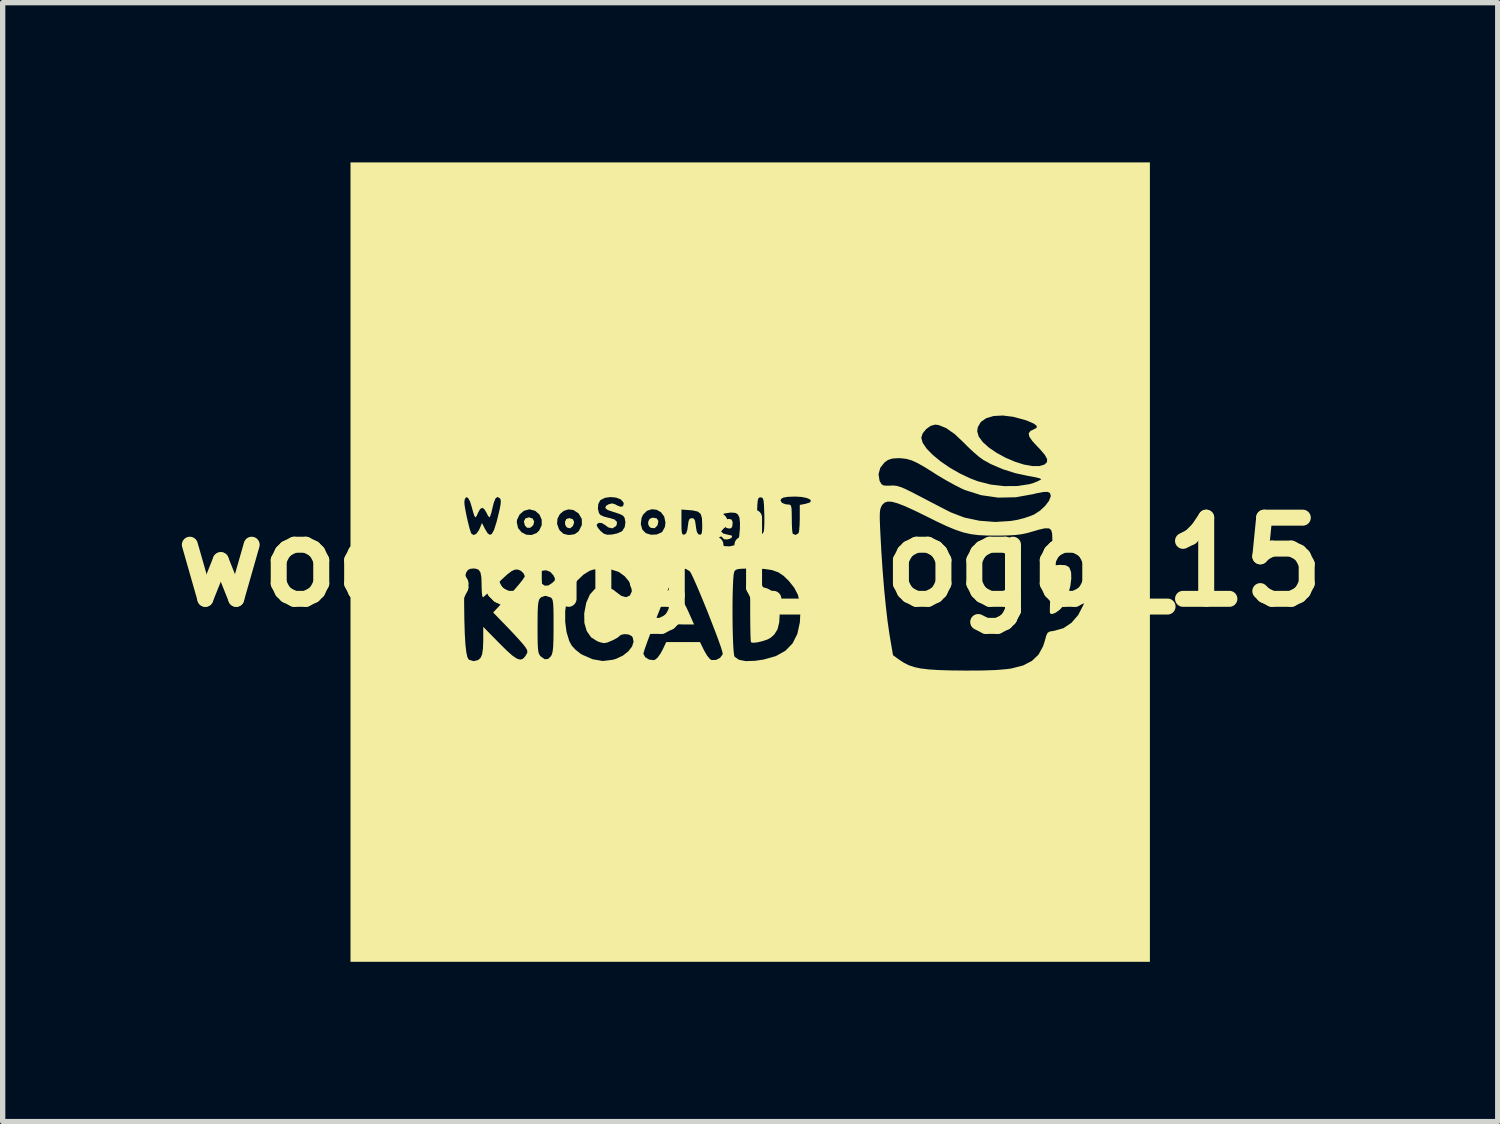
<source format=kicad_pcb>
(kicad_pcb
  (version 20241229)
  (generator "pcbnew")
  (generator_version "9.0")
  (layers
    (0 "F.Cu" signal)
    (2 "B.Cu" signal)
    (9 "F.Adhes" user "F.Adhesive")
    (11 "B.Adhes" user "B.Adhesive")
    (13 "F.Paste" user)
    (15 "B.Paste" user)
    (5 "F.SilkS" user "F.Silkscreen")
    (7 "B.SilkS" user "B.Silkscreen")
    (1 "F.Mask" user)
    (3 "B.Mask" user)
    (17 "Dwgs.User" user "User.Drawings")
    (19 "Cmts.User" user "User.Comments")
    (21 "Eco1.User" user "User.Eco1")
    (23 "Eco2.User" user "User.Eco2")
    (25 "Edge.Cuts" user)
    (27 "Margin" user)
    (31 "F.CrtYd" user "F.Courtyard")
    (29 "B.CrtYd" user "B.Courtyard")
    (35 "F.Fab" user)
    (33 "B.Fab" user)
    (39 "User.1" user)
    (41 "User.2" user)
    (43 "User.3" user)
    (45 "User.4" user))
  (footprint "woosongit_logo_15"
    (layer "F.Cu")
    (at 11.038 7.506)
    (property "Reference" "woosongit_logo_15" (at 0 0 0) (layer "F.SilkS") (effects (font (size 1.524 1.524) (thickness 0.3))))
    (attr board_only exclude_from_pos_files exclude_from_bom)
    (fp_poly (pts (xy -4.085 -0.818) (xy -4.056 -0.761) (xy -4.074 -0.694) (xy -4.13 -0.644) (xy -4.19 -0.645) (xy -4.231 -0.687) (xy -4.25 -0.765) (xy -4.221 -0.821) (xy -4.154 -0.841)) (stroke (width 0) (type solid)) (fill yes) (layer "F.SilkS"))
    (fp_poly (pts (xy -3.329 -0.804) (xy -3.305 -0.75) (xy -3.327 -0.682) (xy -3.334 -0.674) (xy -3.379 -0.635) (xy -3.426 -0.644) (xy -3.448 -0.657) (xy -3.475 -0.703) (xy -3.478 -0.754) (xy -3.453 -0.81) (xy -3.393 -0.826)) (stroke (width 0) (type solid)) (fill yes) (layer "F.SilkS"))
    (fp_poly (pts (xy -1.756 -0.822) (xy -1.724 -0.771) (xy -1.739 -0.695) (xy -1.743 -0.688) (xy -1.793 -0.637) (xy -1.861 -0.643) (xy -1.887 -0.657) (xy -1.914 -0.703) (xy -1.917 -0.754) (xy -1.888 -0.813) (xy -1.828 -0.835)) (stroke (width 0) (type solid)) (fill yes) (layer "F.SilkS"))
    (fp_poly (pts (xy -0.352 -0.801) (xy -0.332 -0.76) (xy -0.33 -0.721) (xy -0.341 -0.654) (xy -0.377 -0.631) (xy -0.385 -0.63) (xy -0.442 -0.64) (xy -0.46 -0.651) (xy -0.476 -0.693) (xy -0.48 -0.741) (xy -0.467 -0.794) (xy -0.415 -0.81) (xy -0.405 -0.811)) (stroke (width 0) (type solid)) (fill yes) (layer "F.SilkS"))
    (fp_poly (pts (xy -1.239 0.776) (xy -1.202 0.843) (xy -1.157 0.939) (xy -1.147 0.961) (xy -1.054 1.171) (xy -1.248 1.171) (xy -1.347 1.168) (xy -1.416 1.159) (xy -1.441 1.148) (xy -1.43 1.106) (xy -1.4 1.032) (xy -1.361 0.943) (xy -1.32 0.855) (xy -1.284 0.786) (xy -1.261 0.752) (xy -1.259 0.751)) (stroke (width 0) (type solid)) (fill yes) (layer "F.SilkS"))
    (fp_poly (pts (xy 0.202 0.462) (xy 0.31 0.491) (xy 0.331 0.499) (xy 0.432 0.556) (xy 0.5 0.638) (xy 0.539 0.755) (xy 0.554 0.916) (xy 0.555 0.961) (xy 0.545 1.133) (xy 0.513 1.262) (xy 0.453 1.359) (xy 0.385 1.42) (xy 0.319 1.455) (xy 0.229 1.485) (xy 0.135 1.507) (xy 0.057 1.515) (xy 0.015 1.506) (xy 0.01 1.473) (xy 0.006 1.389) (xy 0.003 1.266) (xy 0.001 1.112) (xy 0 0.971) (xy 0 0.45) (xy 0.104 0.45)) (stroke (width 0) (type solid)) (fill yes) (layer "F.SilkS"))
    (fp_poly (pts (xy 5.921 0.058) (xy 5.98 0.089) (xy 5.995 0.106) (xy 6.026 0.188) (xy 6.03 0.307) (xy 6.012 0.448) (xy 5.975 0.594) (xy 5.923 0.731) (xy 5.859 0.843) (xy 5.815 0.893) (xy 5.735 0.951) (xy 5.669 0.976) (xy 5.63 0.962) (xy 5.627 0.926) (xy 5.628 0.843) (xy 5.633 0.727) (xy 5.64 0.591) (xy 5.649 0.448) (xy 5.659 0.311) (xy 5.669 0.193) (xy 5.678 0.109) (xy 5.686 0.069) (xy 5.686 0.068) (xy 5.72 0.06) (xy 5.793 0.054) (xy 5.824 0.052)) (stroke (width 0) (type solid)) (fill yes) (layer "F.SilkS"))
    (fp_poly (pts (xy 7.506 7.506) (xy -7.506 7.506) (xy -7.506 0.76) (xy -5.372 0.76) (xy -5.372 0.765) (xy -5.368 1.083) (xy -5.36 1.342) (xy -5.348 1.545) (xy -5.331 1.693) (xy -5.31 1.788) (xy -5.284 1.832) (xy -5.284 1.832) (xy -5.193 1.86) (xy -5.107 1.838) (xy -5.061 1.795) (xy -5.034 1.731) (xy -5.019 1.627) (xy -5.013 1.474) (xy -5.013 1.472) (xy -5.013 1.216) (xy -4.71 1.524) (xy -4.571 1.662) (xy -4.464 1.757) (xy -4.382 1.812) (xy -4.319 1.831) (xy -4.269 1.816) (xy -4.226 1.771) (xy -4.216 1.756) (xy -4.185 1.7) (xy -4.188 1.654) (xy -4.22 1.599) (xy -4.261 1.547) (xy -4.335 1.462) (xy -4.43 1.358) (xy -4.538 1.244) (xy -4.55 1.231) (xy -4.563 1.218) (xy -3.993 1.218) (xy -3.993 1.403) (xy -3.99 1.537) (xy -3.985 1.63) (xy -3.976 1.692) (xy -3.962 1.733) (xy -3.943 1.761) (xy -3.933 1.771) (xy -3.858 1.824) (xy -3.793 1.818) (xy -3.74 1.765) (xy -3.722 1.728) (xy -3.709 1.671) (xy -3.7 1.585) (xy -3.695 1.461) (xy -3.693 1.29) (xy -3.693 1.195) (xy -3.693 1.121) (xy -3.474 1.121) (xy -3.449 1.314) (xy -3.398 1.481) (xy -3.352 1.567) (xy -3.283 1.643) (xy -3.19 1.717) (xy -3.154 1.739) (xy -2.956 1.825) (xy -2.768 1.857) (xy -2.58 1.834) (xy -2.517 1.815) (xy -2.389 1.755) (xy -2.352 1.725) (xy -2.005 1.725) (xy -1.97 1.787) (xy -1.899 1.83) (xy -1.816 1.841) (xy -1.79 1.835) (xy -1.741 1.796) (xy -1.685 1.718) (xy -1.651 1.657) (xy -1.576 1.501) (xy -1.26 1.501) (xy -0.943 1.501) (xy -0.864 1.662) (xy -0.808 1.758) (xy -0.754 1.822) (xy -0.725 1.839) (xy -0.642 1.837) (xy -0.566 1.798) (xy -0.52 1.736) (xy -0.516 1.721) (xy -0.525 1.677) (xy -0.553 1.587) (xy -0.598 1.46) (xy -0.656 1.305) (xy -0.723 1.132) (xy -0.771 1.009) (xy -0.332 1.009) (xy -0.33 1.201) (xy -0.326 1.38) (xy -0.32 1.538) (xy -0.312 1.664) (xy -0.302 1.747) (xy -0.293 1.777) (xy -0.212 1.834) (xy -0.084 1.859) (xy 0.093 1.853) (xy 0.256 1.829) (xy 0.482 1.765) (xy 0.661 1.665) (xy 0.795 1.527) (xy 0.885 1.35) (xy 0.933 1.13) (xy 0.942 0.946) (xy 0.931 0.76) (xy 0.895 0.612) (xy 0.827 0.481) (xy 0.727 0.355) (xy 0.629 0.259) (xy 0.529 0.192) (xy 0.411 0.15) (xy 0.264 0.128) (xy 0.072 0.121) (xy 0.054 0.121) (xy -0.091 0.122) (xy -0.187 0.126) (xy -0.246 0.135) (xy -0.279 0.152) (xy -0.299 0.178) (xy -0.299 0.178) (xy -0.31 0.228) (xy -0.319 0.327) (xy -0.325 0.465) (xy -0.33 0.631) (xy -0.332 0.816) (xy -0.332 1.009) (xy -0.771 1.009) (xy -0.794 0.949) (xy -0.868 0.767) (xy -0.94 0.593) (xy -1.006 0.438) (xy -1.063 0.31) (xy -1.107 0.218) (xy -1.134 0.173) (xy -1.209 0.127) (xy -1.298 0.125) (xy -1.376 0.166) (xy -1.396 0.19) (xy -1.426 0.248) (xy -1.472 0.348) (xy -1.531 0.483) (xy -1.598 0.643) (xy -1.669 0.818) (xy -1.742 1.001) (xy -1.813 1.181) (xy -1.878 1.35) (xy -1.933 1.498) (xy -1.975 1.616) (xy -2 1.695) (xy -2.005 1.725) (xy -2.352 1.725) (xy -2.288 1.675) (xy -2.219 1.585) (xy -2.19 1.495) (xy -2.207 1.414) (xy -2.228 1.387) (xy -2.285 1.359) (xy -2.36 1.352) (xy -2.426 1.366) (xy -2.449 1.384) (xy -2.487 1.416) (xy -2.56 1.457) (xy -2.604 1.477) (xy -2.689 1.512) (xy -2.75 1.521) (xy -2.816 1.506) (xy -2.869 1.487) (xy -2.988 1.412) (xy -3.07 1.294) (xy -3.114 1.142) (xy -3.117 0.961) (xy -3.078 0.76) (xy -3.077 0.758) (xy -3.011 0.609) (xy -2.92 0.507) (xy -2.811 0.457) (xy -2.692 0.461) (xy -2.568 0.521) (xy -2.526 0.555) (xy -2.418 0.635) (xy -2.331 0.659) (xy -2.261 0.628) (xy -2.258 0.624) (xy -2.223 0.551) (xy -2.232 0.458) (xy -2.279 0.359) (xy -2.358 0.264) (xy -2.461 0.189) (xy -2.479 0.18) (xy -2.623 0.135) (xy -2.788 0.121) (xy -2.946 0.14) (xy -3.013 0.162) (xy -3.131 0.235) (xy -3.249 0.348) (xy -3.35 0.485) (xy -3.393 0.563) (xy -3.447 0.728) (xy -3.474 0.919) (xy -3.474 1.121) (xy -3.693 1.121) (xy -3.693 1.01) (xy -3.695 0.875) (xy -3.7 0.783) (xy -3.708 0.724) (xy -3.721 0.689) (xy -3.739 0.669) (xy -3.751 0.662) (xy -3.845 0.632) (xy -3.923 0.658) (xy -3.946 0.678) (xy -3.964 0.705) (xy -3.977 0.752) (xy -3.986 0.826) (xy -3.991 0.938) (xy -3.993 1.095) (xy -3.993 1.218) (xy -4.563 1.218) (xy -4.827 0.946) (xy -4.53 0.63) (xy -4.424 0.514) (xy -4.335 0.41) (xy -4.27 0.327) (xy -4.237 0.275) (xy -3.99 0.275) (xy -3.972 0.344) (xy -3.933 0.39) (xy -3.862 0.441) (xy -3.793 0.44) (xy -3.719 0.392) (xy -3.672 0.347) (xy -3.667 0.307) (xy -3.694 0.25) (xy -3.755 0.183) (xy -3.834 0.153) (xy -3.911 0.163) (xy -3.954 0.198) (xy -3.99 0.275) (xy -4.237 0.275) (xy -4.236 0.273) (xy -4.233 0.263) (xy -4.257 0.21) (xy -4.304 0.165) (xy -4.359 0.14) (xy -4.415 0.14) (xy -4.482 0.17) (xy -4.567 0.235) (xy -4.678 0.338) (xy -4.758 0.418) (xy -4.855 0.514) (xy -4.938 0.593) (xy -4.996 0.644) (xy -5.021 0.661) (xy -5.032 0.633) (xy -5.04 0.56) (xy -5.044 0.455) (xy -5.044 0.426) (xy -5.048 0.286) (xy -5.065 0.195) (xy -5.099 0.144) (xy -5.155 0.123) (xy -5.198 0.12) (xy -5.257 0.126) (xy -5.301 0.148) (xy -5.333 0.194) (xy -5.354 0.271) (xy -5.366 0.386) (xy -5.371 0.547) (xy -5.372 0.76) (xy -7.506 0.76) (xy -7.506 -1.137) (xy -5.368 -1.137) (xy -5.365 -1.079) (xy -5.349 -0.981) (xy -5.325 -0.861) (xy -5.297 -0.738) (xy -5.269 -0.629) (xy -5.244 -0.553) (xy -5.235 -0.534) (xy -5.194 -0.508) (xy -5.143 -0.532) (xy -5.095 -0.599) (xy -5.084 -0.622) (xy -5.037 -0.734) (xy -4.979 -0.621) (xy -4.931 -0.542) (xy -4.889 -0.512) (xy -4.85 -0.531) (xy -4.811 -0.603) (xy -4.77 -0.731) (xy -4.765 -0.746) (xy -4.383 -0.746) (xy -4.359 -0.639) (xy -4.294 -0.561) (xy -4.205 -0.515) (xy -4.106 -0.509) (xy -4.011 -0.546) (xy -3.963 -0.593) (xy -3.915 -0.695) (xy -3.915 -0.719) (xy -3.627 -0.719) (xy -3.59 -0.617) (xy -3.571 -0.59) (xy -3.507 -0.532) (xy -3.423 -0.511) (xy -3.393 -0.51) (xy -3.298 -0.523) (xy -3.232 -0.569) (xy -3.215 -0.59) (xy -3.165 -0.69) (xy -2.882 -0.69) (xy -2.863 -0.649) (xy -2.815 -0.59) (xy -2.805 -0.58) (xy -2.746 -0.532) (xy -2.683 -0.514) (xy -2.594 -0.518) (xy -2.497 -0.539) (xy -2.418 -0.574) (xy -2.401 -0.587) (xy -2.357 -0.657) (xy -2.348 -0.713) (xy -2.055 -0.713) (xy -2.026 -0.612) (xy -1.961 -0.544) (xy -1.863 -0.514) (xy -1.755 -0.519) (xy -1.665 -0.558) (xy -1.651 -0.57) (xy -1.602 -0.66) (xy -1.591 -0.741) (xy -1.614 -0.854) (xy -1.674 -0.936) (xy -1.756 -0.983) (xy -1.794 -0.987) (xy -1.291 -0.987) (xy -1.291 -0.747) (xy -1.29 -0.627) (xy -1.284 -0.556) (xy -1.271 -0.522) (xy -1.248 -0.515) (xy -1.238 -0.516) (xy -1.203 -0.54) (xy -1.181 -0.605) (xy -1.171 -0.676) (xy -1.158 -0.767) (xy -1.138 -0.812) (xy -1.103 -0.825) (xy -1.096 -0.826) (xy -1.058 -0.816) (xy -1.036 -0.777) (xy -1.023 -0.694) (xy -1.021 -0.676) (xy -1.005 -0.578) (xy -0.979 -0.528) (xy -0.953 -0.516) (xy -0.925 -0.518) (xy -0.909 -0.546) (xy -0.902 -0.612) (xy -0.901 -0.7) (xy -0.902 -0.718) (xy -0.6 -0.718) (xy -0.576 -0.609) (xy -0.507 -0.537) (xy -0.401 -0.51) (xy -0.396 -0.51) (xy -0.345 -0.498) (xy -0.34 -0.47) (xy -0.375 -0.441) (xy -0.43 -0.426) (xy -0.489 -0.429) (xy -0.51 -0.448) (xy -0.535 -0.477) (xy -0.555 -0.48) (xy -0.591 -0.458) (xy -0.599 -0.406) (xy -0.577 -0.352) (xy -0.563 -0.337) (xy -0.484 -0.301) (xy -0.391 -0.295) (xy -0.302 -0.315) (xy -0.241 -0.36) (xy -0.228 -0.385) (xy -0.206 -0.493) (xy -0.194 -0.618) (xy -0.192 -0.713) (xy 0.124 -0.713) (xy 0.124 -0.613) (xy 0.129 -0.553) (xy 0.141 -0.522) (xy 0.161 -0.512) (xy 0.179 -0.51) (xy 0.236 -0.537) (xy 0.256 -0.578) (xy 0.262 -0.637) (xy 0.266 -0.739) (xy 0.266 -0.865) (xy 0.264 -0.931) (xy 0.259 -1.063) (xy 0.252 -1.147) (xy 0.25 -1.156) (xy 0.57 -1.156) (xy 0.598 -1.112) (xy 0.669 -1.085) (xy 0.723 -1.081) (xy 0.751 -1.076) (xy 0.768 -1.052) (xy 0.777 -1) (xy 0.78 -0.906) (xy 0.781 -0.816) (xy 0.783 -0.695) (xy 0.788 -0.598) (xy 0.797 -0.54) (xy 0.801 -0.53) (xy 0.854 -0.511) (xy 0.902 -0.539) (xy 0.913 -0.558) (xy 0.921 -0.61) (xy 0.928 -0.703) (xy 0.931 -0.818) (xy 2.433 -0.818) (xy 2.438 -0.679) (xy 2.443 -0.562) (xy 2.463 -0.198) (xy 2.487 0.16) (xy 2.515 0.502) (xy 2.546 0.818) (xy 2.578 1.097) (xy 2.611 1.328) (xy 2.616 1.362) (xy 2.682 1.748) (xy 2.799 1.833) (xy 2.886 1.89) (xy 2.977 1.936) (xy 3.08 1.971) (xy 3.202 1.997) (xy 3.353 2.015) (xy 3.54 2.027) (xy 3.77 2.034) (xy 4.053 2.037) (xy 4.053 2.037) (xy 4.369 2.035) (xy 4.625 2.026) (xy 4.823 2.009) (xy 4.907 1.997) (xy 5.124 1.941) (xy 5.291 1.855) (xy 5.415 1.736) (xy 5.501 1.579) (xy 5.535 1.471) (xy 5.56 1.378) (xy 5.586 1.327) (xy 5.626 1.303) (xy 5.697 1.292) (xy 5.708 1.29) (xy 5.882 1.241) (xy 6.033 1.14) (xy 6.159 0.994) (xy 6.256 0.807) (xy 6.319 0.586) (xy 6.346 0.336) (xy 6.346 0.315) (xy 6.346 0.178) (xy 6.339 0.083) (xy 6.322 0.013) (xy 6.291 -0.049) (xy 6.282 -0.064) (xy 6.181 -0.177) (xy 6.043 -0.245) (xy 5.865 -0.27) (xy 5.843 -0.27) (xy 5.674 -0.27) (xy 5.674 -0.432) (xy 5.67 -0.537) (xy 5.651 -0.604) (xy 5.609 -0.635) (xy 5.533 -0.635) (xy 5.416 -0.608) (xy 5.325 -0.581) (xy 5.206 -0.547) (xy 5.1 -0.524) (xy 4.991 -0.51) (xy 4.861 -0.502) (xy 4.693 -0.498) (xy 4.639 -0.498) (xy 4.447 -0.499) (xy 4.285 -0.507) (xy 4.14 -0.526) (xy 4 -0.558) (xy 3.852 -0.608) (xy 3.686 -0.677) (xy 3.489 -0.77) (xy 3.311 -0.859) (xy 3.086 -0.969) (xy 2.907 -1.05) (xy 2.768 -1.104) (xy 2.662 -1.133) (xy 2.583 -1.137) (xy 2.525 -1.118) (xy 2.483 -1.079) (xy 2.475 -1.068) (xy 2.455 -1.029) (xy 2.441 -0.982) (xy 2.434 -0.916) (xy 2.433 -0.818) (xy 0.931 -0.818) (xy 0.931 -0.819) (xy 0.931 -0.84) (xy 0.931 -1.074) (xy 1.036 -1.094) (xy 1.116 -1.118) (xy 1.142 -1.148) (xy 1.122 -1.178) (xy 1.06 -1.205) (xy 0.964 -1.224) (xy 0.845 -1.231) (xy 0.707 -1.226) (xy 0.62 -1.211) (xy 0.578 -1.183) (xy 0.57 -1.156) (xy 0.25 -1.156) (xy 0.24 -1.193) (xy 0.221 -1.212) (xy 0.195 -1.216) (xy 0.169 -1.212) (xy 0.152 -1.194) (xy 0.141 -1.151) (xy 0.134 -1.073) (xy 0.129 -0.951) (xy 0.127 -0.863) (xy 0.124 -0.713) (xy -0.192 -0.713) (xy -0.192 -0.738) (xy -0.201 -0.829) (xy -0.207 -0.848) (xy -0.236 -0.902) (xy -0.281 -0.925) (xy -0.365 -0.931) (xy -0.365 -0.931) (xy -0.487 -0.913) (xy -0.564 -0.858) (xy -0.598 -0.762) (xy -0.6 -0.718) (xy -0.902 -0.718) (xy -0.906 -0.826) (xy -0.93 -0.905) (xy -0.983 -0.949) (xy -1.075 -0.97) (xy -1.139 -0.976) (xy -1.291 -0.987) (xy -1.794 -0.987) (xy -1.849 -0.993) (xy -1.938 -0.964) (xy -2.011 -0.892) (xy -2.04 -0.83) (xy -2.055 -0.713) (xy -2.348 -0.713) (xy -2.343 -0.747) (xy -2.358 -0.831) (xy -2.386 -0.87) (xy -2.44 -0.899) (xy -2.528 -0.93) (xy -2.572 -0.943) (xy -2.675 -0.978) (xy -2.721 -1.016) (xy -2.708 -1.056) (xy -2.661 -1.085) (xy -2.593 -1.103) (xy -2.53 -1.083) (xy -2.505 -1.067) (xy -2.434 -1.039) (xy -2.387 -1.052) (xy -2.375 -1.1) (xy -2.382 -1.124) (xy -2.432 -1.179) (xy -2.519 -1.212) (xy -2.624 -1.222) (xy -2.727 -1.207) (xy -2.808 -1.167) (xy -2.818 -1.158) (xy -2.853 -1.09) (xy -2.86 -1.001) (xy -2.84 -0.921) (xy -2.812 -0.885) (xy -2.75 -0.856) (xy -2.661 -0.832) (xy -2.64 -0.829) (xy -2.545 -0.799) (xy -2.5 -0.752) (xy -2.51 -0.693) (xy -2.522 -0.675) (xy -2.587 -0.634) (xy -2.664 -0.651) (xy -2.721 -0.694) (xy -2.785 -0.733) (xy -2.844 -0.738) (xy -2.879 -0.709) (xy -2.882 -0.69) (xy -3.165 -0.69) (xy -3.161 -0.699) (xy -3.162 -0.81) (xy -3.22 -0.91) (xy -3.226 -0.917) (xy -3.32 -0.979) (xy -3.416 -0.99) (xy -3.504 -0.961) (xy -3.575 -0.9) (xy -3.619 -0.816) (xy -3.627 -0.719) (xy -3.915 -0.719) (xy -3.916 -0.8) (xy -3.959 -0.895) (xy -4.037 -0.963) (xy -4.143 -0.991) (xy -4.148 -0.991) (xy -4.249 -0.964) (xy -4.331 -0.893) (xy -4.378 -0.795) (xy -4.383 -0.746) (xy -4.765 -0.746) (xy -4.741 -0.841) (xy -4.706 -0.987) (xy -4.687 -1.087) (xy -4.683 -1.15) (xy -4.693 -1.187) (xy -4.7 -1.197) (xy -4.744 -1.224) (xy -4.781 -1.199) (xy -4.814 -1.12) (xy -4.839 -1.02) (xy -4.861 -0.926) (xy -4.883 -0.861) (xy -4.896 -0.841) (xy -4.92 -0.865) (xy -4.952 -0.925) (xy -4.954 -0.931) (xy -4.992 -0.993) (xy -5.032 -1.021) (xy -5.034 -1.021) (xy -5.073 -0.995) (xy -5.107 -0.934) (xy -5.109 -0.931) (xy -5.136 -0.868) (xy -5.161 -0.841) (xy -5.162 -0.841) (xy -5.179 -0.867) (xy -5.203 -0.938) (xy -5.227 -1.028) (xy -5.26 -1.136) (xy -5.296 -1.202) (xy -5.331 -1.221) (xy -5.357 -1.189) (xy -5.368 -1.137) (xy -7.506 -1.137) (xy -7.506 -1.651) (xy 2.41 -1.651) (xy 2.429 -1.53) (xy 2.437 -1.513) (xy 2.466 -1.463) (xy 2.504 -1.44) (xy 2.57 -1.435) (xy 2.631 -1.437) (xy 2.695 -1.438) (xy 2.755 -1.431) (xy 2.822 -1.411) (xy 2.908 -1.376) (xy 3.022 -1.32) (xy 3.177 -1.24) (xy 3.202 -1.227) (xy 3.359 -1.145) (xy 3.511 -1.066) (xy 3.642 -0.998) (xy 3.741 -0.948) (xy 3.768 -0.934) (xy 4.021 -0.837) (xy 4.305 -0.777) (xy 4.602 -0.754) (xy 4.895 -0.773) (xy 5.018 -0.794) (xy 5.143 -0.826) (xy 5.263 -0.866) (xy 5.336 -0.897) (xy 5.443 -0.967) (xy 5.539 -1.056) (xy 5.61 -1.149) (xy 5.643 -1.233) (xy 5.644 -1.247) (xy 5.631 -1.296) (xy 5.585 -1.319) (xy 5.501 -1.317) (xy 5.37 -1.291) (xy 5.316 -1.277) (xy 4.989 -1.218) (xy 4.659 -1.211) (xy 4.337 -1.257) (xy 4.034 -1.353) (xy 3.973 -1.38) (xy 3.837 -1.449) (xy 3.678 -1.537) (xy 3.519 -1.631) (xy 3.447 -1.677) (xy 3.277 -1.784) (xy 3.143 -1.86) (xy 3.034 -1.91) (xy 2.936 -1.938) (xy 2.839 -1.95) (xy 2.78 -1.952) (xy 2.669 -1.945) (xy 2.59 -1.919) (xy 2.525 -1.875) (xy 2.443 -1.772) (xy 2.41 -1.651) (xy -7.506 -1.651) (xy -7.506 -2.335) (xy 3.213 -2.335) (xy 3.239 -2.24) (xy 3.314 -2.13) (xy 3.43 -2.012) (xy 3.578 -1.89) (xy 3.75 -1.772) (xy 3.939 -1.664) (xy 4.136 -1.571) (xy 4.278 -1.517) (xy 4.518 -1.456) (xy 4.771 -1.427) (xy 5.018 -1.429) (xy 5.241 -1.463) (xy 5.322 -1.487) (xy 5.403 -1.52) (xy 5.455 -1.548) (xy 5.464 -1.559) (xy 5.437 -1.573) (xy 5.364 -1.592) (xy 5.259 -1.612) (xy 5.217 -1.619) (xy 4.983 -1.669) (xy 4.743 -1.745) (xy 4.521 -1.84) (xy 4.375 -1.921) (xy 4.291 -1.982) (xy 4.185 -2.074) (xy 4.073 -2.18) (xy 4.018 -2.236) (xy 3.84 -2.405) (xy 3.765 -2.457) (xy 4.263 -2.457) (xy 4.291 -2.358) (xy 4.368 -2.254) (xy 4.484 -2.15) (xy 4.629 -2.051) (xy 4.793 -1.962) (xy 4.965 -1.888) (xy 5.136 -1.833) (xy 5.295 -1.804) (xy 5.432 -1.804) (xy 5.526 -1.832) (xy 5.573 -1.876) (xy 5.576 -1.935) (xy 5.532 -2.015) (xy 5.441 -2.122) (xy 5.404 -2.159) (xy 5.299 -2.273) (xy 5.241 -2.357) (xy 5.23 -2.419) (xy 5.264 -2.464) (xy 5.318 -2.489) (xy 5.378 -2.521) (xy 5.381 -2.558) (xy 5.328 -2.6) (xy 5.216 -2.649) (xy 5.155 -2.671) (xy 4.939 -2.729) (xy 4.743 -2.753) (xy 4.572 -2.744) (xy 4.433 -2.703) (xy 4.332 -2.633) (xy 4.274 -2.534) (xy 4.263 -2.457) (xy 3.765 -2.457) (xy 3.68 -2.517) (xy 3.539 -2.574) (xy 3.471 -2.582) (xy 3.387 -2.558) (xy 3.304 -2.497) (xy 3.239 -2.417) (xy 3.213 -2.337) (xy 3.213 -2.335) (xy -7.506 -2.335) (xy -7.506 -7.506) (xy 7.506 -7.506)) (stroke (width 0) (type solid)) (fill yes) (layer "F.SilkS")))
  (gr_rect
    (start -3 -3)
    (end 25.076 18.012)
    (stroke (width 0.1) (type default))
    (fill no)
    (layer "Edge.Cuts")))
</source>
